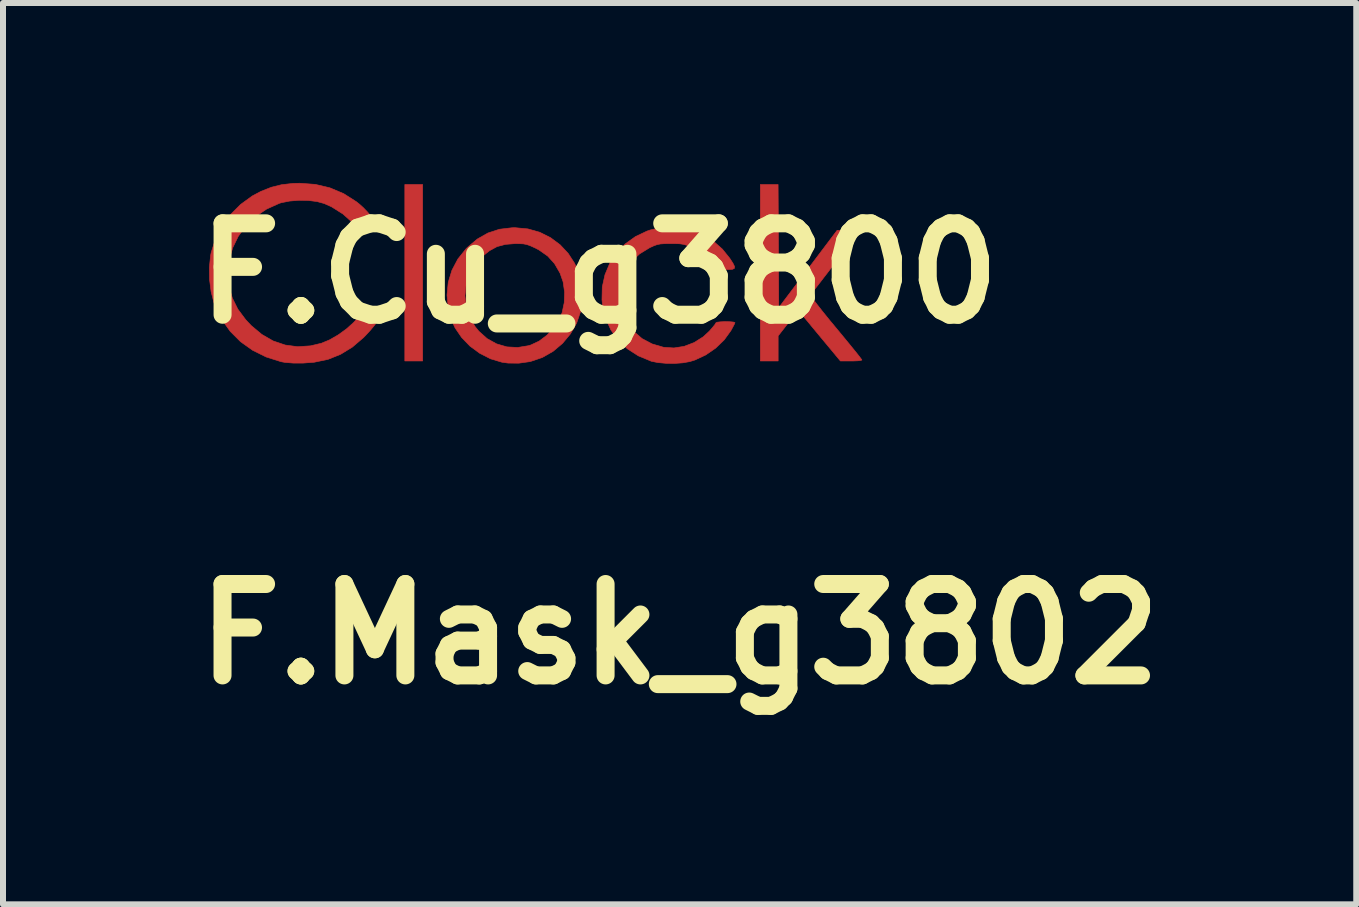
<source format=kicad_pcb>
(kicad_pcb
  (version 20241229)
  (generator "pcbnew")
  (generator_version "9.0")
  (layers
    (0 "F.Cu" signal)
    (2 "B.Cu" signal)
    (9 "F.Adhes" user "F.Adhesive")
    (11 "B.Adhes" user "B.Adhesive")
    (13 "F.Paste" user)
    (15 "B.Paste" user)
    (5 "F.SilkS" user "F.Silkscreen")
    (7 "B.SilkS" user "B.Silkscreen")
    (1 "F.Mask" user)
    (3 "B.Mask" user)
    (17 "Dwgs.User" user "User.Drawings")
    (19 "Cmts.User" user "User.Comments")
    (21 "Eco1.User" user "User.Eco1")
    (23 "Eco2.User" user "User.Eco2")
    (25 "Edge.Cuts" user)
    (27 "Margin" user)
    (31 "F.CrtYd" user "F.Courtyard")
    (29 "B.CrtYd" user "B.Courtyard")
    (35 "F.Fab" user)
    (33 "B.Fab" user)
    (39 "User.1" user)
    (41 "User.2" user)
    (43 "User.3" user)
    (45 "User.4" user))
  (footprint "F.Cu_g3800"
    (layer "F.Cu")
    (at 6.938 1.508)
    (property "Reference" "F.Cu_g3800" (at 0 0 0) (layer "F.SilkS") (effects (font (size 1.524 1.524) (thickness 0.3))))
    (attr through_hole)
    (fp_poly (pts (xy -2.942 1.46) (xy -3.239 1.46) (xy -3.239 -1.482) (xy -2.942 -1.482) (xy -2.942 1.46)) (stroke (width 0.01) (type solid)) (fill yes) (layer "F.Cu"))
    (fp_poly (pts (xy 2.99 -0.455) (xy 2.995 0.571) (xy 3.482 -0.074) (xy 3.969 -0.719) (xy 4.154 -0.719) (xy 4.237 -0.718) (xy 4.3 -0.715) (xy 4.335 -0.709) (xy 4.339 -0.707) (xy 4.327 -0.688) (xy 4.291 -0.639) (xy 4.236 -0.566) (xy 4.164 -0.471) (xy 4.079 -0.36) (xy 3.983 -0.237) (xy 3.941 -0.183) (xy 3.842 -0.055) (xy 3.75 0.064) (xy 3.67 0.168) (xy 3.604 0.253) (xy 3.557 0.315) (xy 3.531 0.35) (xy 3.527 0.355) (xy 3.536 0.38) (xy 3.572 0.436) (xy 3.637 0.522) (xy 3.729 0.639) (xy 3.848 0.786) (xy 3.946 0.904) (xy 4.052 1.032) (xy 4.148 1.149) (xy 4.232 1.252) (xy 4.301 1.337) (xy 4.35 1.4) (xy 4.377 1.436) (xy 4.381 1.444) (xy 4.362 1.451) (xy 4.31 1.457) (xy 4.235 1.46) (xy 4.202 1.46) (xy 4.023 1.46) (xy 3.817 1.212) (xy 3.729 1.106) (xy 3.636 0.994) (xy 3.548 0.888) (xy 3.476 0.8) (xy 3.466 0.788) (xy 3.32 0.613) (xy 2.985 1.042) (xy 2.985 1.46) (xy 2.688 1.46) (xy 2.688 -1.482) (xy 2.984 -1.482) (xy 2.99 -0.455)) (stroke (width 0.01) (type solid)) (fill yes) (layer "F.Cu"))
    (fp_poly (pts (xy -1.188 -0.742) (xy -0.99 -0.686) (xy -0.81 -0.596) (xy -0.651 -0.478) (xy -0.516 -0.334) (xy -0.409 -0.169) (xy -0.331 0.014) (xy -0.286 0.211) (xy -0.277 0.418) (xy -0.307 0.63) (xy -0.374 0.827) (xy -0.477 1.007) (xy -0.61 1.167) (xy -0.768 1.3) (xy -0.947 1.402) (xy -1.142 1.468) (xy -1.162 1.472) (xy -1.34 1.497) (xy -1.517 1.495) (xy -1.619 1.481) (xy -1.81 1.424) (xy -1.99 1.332) (xy -2.153 1.212) (xy -2.292 1.068) (xy -2.401 0.908) (xy -2.454 0.793) (xy -2.515 0.574) (xy -2.534 0.373) (xy -2.236 0.373) (xy -2.217 0.551) (xy -2.161 0.724) (xy -2.068 0.886) (xy -2.005 0.964) (xy -1.866 1.088) (xy -1.709 1.175) (xy -1.538 1.225) (xy -1.358 1.235) (xy -1.175 1.205) (xy -1.137 1.193) (xy -1 1.129) (xy -0.869 1.03) (xy -0.751 0.904) (xy -0.683 0.804) (xy -0.617 0.656) (xy -0.581 0.488) (xy -0.575 0.313) (xy -0.6 0.141) (xy -0.651 -0.004) (xy -0.743 -0.163) (xy -0.856 -0.288) (xy -0.998 -0.388) (xy -1.053 -0.418) (xy -1.138 -0.457) (xy -1.203 -0.481) (xy -1.266 -0.493) (xy -1.346 -0.496) (xy -1.396 -0.497) (xy -1.561 -0.484) (xy -1.701 -0.447) (xy -1.828 -0.378) (xy -1.948 -0.282) (xy -2.074 -0.138) (xy -2.164 0.023) (xy -2.218 0.195) (xy -2.236 0.373) (xy -2.534 0.373) (xy -2.535 0.358) (xy -2.515 0.149) (xy -2.454 -0.051) (xy -2.355 -0.239) (xy -2.217 -0.412) (xy -2.197 -0.432) (xy -2.03 -0.573) (xy -1.854 -0.673) (xy -1.662 -0.736) (xy -1.451 -0.761) (xy -1.401 -0.762) (xy -1.188 -0.742)) (stroke (width 0.01) (type solid)) (fill yes) (layer "F.Cu"))
    (fp_poly (pts (xy 1.401 -0.762) (xy 1.502 -0.742) (xy 1.704 -0.664) (xy 1.891 -0.55) (xy 2.055 -0.405) (xy 2.179 -0.251) (xy 2.232 -0.169) (xy 2.258 -0.115) (xy 2.255 -0.083) (xy 2.222 -0.068) (xy 2.154 -0.064) (xy 2.11 -0.064) (xy 1.955 -0.064) (xy 1.887 -0.157) (xy 1.774 -0.284) (xy 1.628 -0.389) (xy 1.531 -0.44) (xy 1.467 -0.467) (xy 1.409 -0.484) (xy 1.344 -0.494) (xy 1.258 -0.497) (xy 1.196 -0.497) (xy 1.095 -0.496) (xy 1.022 -0.491) (xy 0.964 -0.479) (xy 0.907 -0.458) (xy 0.842 -0.428) (xy 0.673 -0.324) (xy 0.537 -0.195) (xy 0.436 -0.043) (xy 0.37 0.13) (xy 0.343 0.317) (xy 0.341 0.425) (xy 0.348 0.511) (xy 0.367 0.592) (xy 0.38 0.633) (xy 0.462 0.813) (xy 0.574 0.965) (xy 0.716 1.087) (xy 0.884 1.176) (xy 1.076 1.232) (xy 1.078 1.232) (xy 1.248 1.243) (xy 1.419 1.216) (xy 1.584 1.153) (xy 1.735 1.058) (xy 1.838 0.963) (xy 1.89 0.903) (xy 1.929 0.855) (xy 1.947 0.826) (xy 1.947 0.824) (xy 1.967 0.814) (xy 2.018 0.808) (xy 2.091 0.804) (xy 2.106 0.804) (xy 2.182 0.806) (xy 2.238 0.811) (xy 2.264 0.819) (xy 2.265 0.82) (xy 2.255 0.846) (xy 2.229 0.896) (xy 2.198 0.953) (xy 2.086 1.108) (xy 1.943 1.246) (xy 1.777 1.36) (xy 1.597 1.444) (xy 1.513 1.47) (xy 1.396 1.491) (xy 1.258 1.501) (xy 1.115 1.499) (xy 0.981 1.487) (xy 0.872 1.465) (xy 0.867 1.463) (xy 0.655 1.375) (xy 0.471 1.257) (xy 0.318 1.112) (xy 0.196 0.942) (xy 0.109 0.749) (xy 0.058 0.536) (xy 0.048 0.44) (xy 0.053 0.226) (xy 0.098 0.022) (xy 0.178 -0.169) (xy 0.291 -0.341) (xy 0.435 -0.491) (xy 0.606 -0.614) (xy 0.8 -0.706) (xy 0.856 -0.725) (xy 0.977 -0.752) (xy 1.119 -0.767) (xy 1.265 -0.771) (xy 1.401 -0.762)) (stroke (width 0.01) (type solid)) (fill yes) (layer "F.Cu"))
    (fp_poly (pts (xy -4.731 -1.484) (xy -4.487 -1.426) (xy -4.259 -1.33) (xy -4.047 -1.195) (xy -3.992 -1.151) (xy -3.929 -1.094) (xy -3.861 -1.023) (xy -3.795 -0.945) (xy -3.735 -0.869) (xy -3.688 -0.8) (xy -3.658 -0.748) (xy -3.653 -0.718) (xy -3.653 -0.717) (xy -3.678 -0.708) (xy -3.734 -0.701) (xy -3.809 -0.699) (xy -3.816 -0.699) (xy -3.967 -0.699) (xy -4.095 -0.833) (xy -4.27 -0.99) (xy -4.46 -1.11) (xy -4.583 -1.165) (xy -4.703 -1.198) (xy -4.848 -1.216) (xy -5.005 -1.219) (xy -5.159 -1.206) (xy -5.296 -1.179) (xy -5.334 -1.167) (xy -5.544 -1.072) (xy -5.73 -0.946) (xy -5.888 -0.794) (xy -6.016 -0.618) (xy -6.11 -0.424) (xy -6.168 -0.215) (xy -6.187 0) (xy -6.17 0.213) (xy -6.115 0.41) (xy -6.023 0.596) (xy -5.891 0.773) (xy -5.802 0.868) (xy -5.624 1.017) (xy -5.435 1.126) (xy -5.235 1.194) (xy -5.027 1.222) (xy -4.812 1.208) (xy -4.631 1.165) (xy -4.495 1.109) (xy -4.351 1.026) (xy -4.211 0.925) (xy -4.089 0.815) (xy -4.071 0.795) (xy -3.963 0.677) (xy -3.802 0.677) (xy -3.725 0.679) (xy -3.668 0.685) (xy -3.642 0.693) (xy -3.641 0.695) (xy -3.655 0.733) (xy -3.692 0.794) (xy -3.748 0.869) (xy -3.816 0.951) (xy -3.891 1.032) (xy -3.927 1.069) (xy -4.114 1.229) (xy -4.31 1.349) (xy -4.519 1.433) (xy -4.749 1.481) (xy -4.932 1.495) (xy -5.1 1.495) (xy -5.237 1.484) (xy -5.302 1.472) (xy -5.55 1.394) (xy -5.776 1.282) (xy -5.977 1.139) (xy -6.15 0.966) (xy -6.292 0.766) (xy -6.401 0.542) (xy -6.421 0.489) (xy -6.468 0.307) (xy -6.494 0.105) (xy -6.497 -0.102) (xy -6.477 -0.298) (xy -6.467 -0.348) (xy -6.396 -0.573) (xy -6.288 -0.786) (xy -6.146 -0.98) (xy -5.976 -1.15) (xy -5.782 -1.291) (xy -5.641 -1.366) (xy -5.465 -1.436) (xy -5.292 -1.479) (xy -5.106 -1.5) (xy -4.992 -1.503) (xy -4.731 -1.484)) (stroke (width 0.01) (type solid)) (fill yes) (layer "F.Cu")))
  (footprint "F.Mask_g3802"
    (layer "F.Cu")
    (at 8.28 7.521)
    (property "Reference" "F.Mask_g3802" (at 0 0 0) (layer "F.SilkS") (effects (font (size 1.524 1.524) (thickness 0.3))))
    (attr through_hole)
    (fp_poly (pts (xy -2.942 1.46) (xy -3.239 1.46) (xy -3.239 -1.482) (xy -2.942 -1.482) (xy -2.942 1.46)) (stroke (width 0.01) (type solid)) (fill yes) (layer "F.Mask"))
    (fp_poly (pts (xy 2.99 -0.455) (xy 2.995 0.571) (xy 3.482 -0.074) (xy 3.969 -0.719) (xy 4.154 -0.719) (xy 4.237 -0.718) (xy 4.3 -0.715) (xy 4.335 -0.709) (xy 4.339 -0.707) (xy 4.327 -0.688) (xy 4.291 -0.639) (xy 4.236 -0.566) (xy 4.164 -0.471) (xy 4.079 -0.36) (xy 3.983 -0.237) (xy 3.941 -0.183) (xy 3.842 -0.055) (xy 3.75 0.064) (xy 3.67 0.168) (xy 3.604 0.253) (xy 3.557 0.315) (xy 3.531 0.35) (xy 3.527 0.355) (xy 3.536 0.38) (xy 3.572 0.436) (xy 3.637 0.522) (xy 3.729 0.639) (xy 3.848 0.786) (xy 3.946 0.904) (xy 4.052 1.032) (xy 4.148 1.149) (xy 4.232 1.252) (xy 4.301 1.337) (xy 4.35 1.4) (xy 4.377 1.436) (xy 4.381 1.444) (xy 4.362 1.451) (xy 4.31 1.457) (xy 4.235 1.46) (xy 4.202 1.46) (xy 4.023 1.46) (xy 3.817 1.212) (xy 3.729 1.106) (xy 3.636 0.994) (xy 3.548 0.888) (xy 3.476 0.8) (xy 3.466 0.788) (xy 3.32 0.613) (xy 2.985 1.042) (xy 2.985 1.46) (xy 2.688 1.46) (xy 2.688 -1.482) (xy 2.984 -1.482) (xy 2.99 -0.455)) (stroke (width 0.01) (type solid)) (fill yes) (layer "F.Mask"))
    (fp_poly (pts (xy -1.188 -0.742) (xy -0.99 -0.686) (xy -0.81 -0.596) (xy -0.651 -0.478) (xy -0.516 -0.334) (xy -0.409 -0.169) (xy -0.331 0.014) (xy -0.286 0.211) (xy -0.277 0.418) (xy -0.307 0.63) (xy -0.374 0.827) (xy -0.477 1.007) (xy -0.61 1.167) (xy -0.768 1.3) (xy -0.947 1.402) (xy -1.142 1.468) (xy -1.162 1.472) (xy -1.34 1.497) (xy -1.517 1.495) (xy -1.619 1.481) (xy -1.81 1.424) (xy -1.99 1.332) (xy -2.153 1.212) (xy -2.292 1.068) (xy -2.401 0.908) (xy -2.454 0.793) (xy -2.515 0.574) (xy -2.534 0.373) (xy -2.236 0.373) (xy -2.217 0.551) (xy -2.161 0.724) (xy -2.068 0.886) (xy -2.005 0.964) (xy -1.866 1.088) (xy -1.709 1.175) (xy -1.538 1.225) (xy -1.358 1.235) (xy -1.175 1.205) (xy -1.137 1.193) (xy -1 1.129) (xy -0.869 1.03) (xy -0.751 0.904) (xy -0.683 0.804) (xy -0.617 0.656) (xy -0.581 0.488) (xy -0.575 0.313) (xy -0.6 0.141) (xy -0.651 -0.004) (xy -0.743 -0.163) (xy -0.856 -0.288) (xy -0.998 -0.388) (xy -1.053 -0.418) (xy -1.138 -0.457) (xy -1.203 -0.481) (xy -1.266 -0.493) (xy -1.346 -0.496) (xy -1.396 -0.497) (xy -1.561 -0.484) (xy -1.701 -0.447) (xy -1.828 -0.378) (xy -1.948 -0.282) (xy -2.074 -0.138) (xy -2.164 0.023) (xy -2.218 0.195) (xy -2.236 0.373) (xy -2.534 0.373) (xy -2.535 0.358) (xy -2.515 0.149) (xy -2.454 -0.051) (xy -2.355 -0.239) (xy -2.217 -0.412) (xy -2.197 -0.432) (xy -2.03 -0.573) (xy -1.854 -0.673) (xy -1.662 -0.736) (xy -1.451 -0.761) (xy -1.401 -0.762) (xy -1.188 -0.742)) (stroke (width 0.01) (type solid)) (fill yes) (layer "F.Mask"))
    (fp_poly (pts (xy 1.401 -0.762) (xy 1.502 -0.742) (xy 1.704 -0.664) (xy 1.891 -0.55) (xy 2.055 -0.405) (xy 2.179 -0.251) (xy 2.232 -0.169) (xy 2.258 -0.115) (xy 2.255 -0.083) (xy 2.222 -0.068) (xy 2.154 -0.064) (xy 2.11 -0.064) (xy 1.955 -0.064) (xy 1.887 -0.157) (xy 1.774 -0.284) (xy 1.628 -0.389) (xy 1.531 -0.44) (xy 1.467 -0.467) (xy 1.409 -0.484) (xy 1.344 -0.494) (xy 1.258 -0.497) (xy 1.196 -0.497) (xy 1.095 -0.496) (xy 1.022 -0.491) (xy 0.964 -0.479) (xy 0.907 -0.458) (xy 0.842 -0.428) (xy 0.673 -0.324) (xy 0.537 -0.195) (xy 0.436 -0.043) (xy 0.37 0.13) (xy 0.343 0.317) (xy 0.341 0.425) (xy 0.348 0.511) (xy 0.367 0.592) (xy 0.38 0.633) (xy 0.462 0.813) (xy 0.574 0.965) (xy 0.716 1.087) (xy 0.884 1.176) (xy 1.076 1.232) (xy 1.078 1.232) (xy 1.248 1.243) (xy 1.419 1.216) (xy 1.584 1.153) (xy 1.735 1.058) (xy 1.838 0.963) (xy 1.89 0.903) (xy 1.929 0.855) (xy 1.947 0.826) (xy 1.947 0.824) (xy 1.967 0.814) (xy 2.018 0.808) (xy 2.091 0.804) (xy 2.106 0.804) (xy 2.182 0.806) (xy 2.238 0.811) (xy 2.264 0.819) (xy 2.265 0.82) (xy 2.255 0.846) (xy 2.229 0.896) (xy 2.198 0.953) (xy 2.086 1.108) (xy 1.943 1.246) (xy 1.777 1.36) (xy 1.597 1.444) (xy 1.513 1.47) (xy 1.396 1.491) (xy 1.258 1.501) (xy 1.115 1.499) (xy 0.981 1.487) (xy 0.872 1.465) (xy 0.867 1.463) (xy 0.655 1.375) (xy 0.471 1.257) (xy 0.318 1.112) (xy 0.196 0.942) (xy 0.109 0.749) (xy 0.058 0.536) (xy 0.048 0.44) (xy 0.053 0.226) (xy 0.098 0.022) (xy 0.178 -0.169) (xy 0.291 -0.341) (xy 0.435 -0.491) (xy 0.606 -0.614) (xy 0.8 -0.706) (xy 0.856 -0.725) (xy 0.977 -0.752) (xy 1.119 -0.767) (xy 1.265 -0.771) (xy 1.401 -0.762)) (stroke (width 0.01) (type solid)) (fill yes) (layer "F.Mask"))
    (fp_poly (pts (xy -4.731 -1.484) (xy -4.487 -1.426) (xy -4.259 -1.33) (xy -4.047 -1.195) (xy -3.992 -1.151) (xy -3.929 -1.094) (xy -3.861 -1.023) (xy -3.795 -0.945) (xy -3.735 -0.869) (xy -3.688 -0.8) (xy -3.658 -0.748) (xy -3.653 -0.718) (xy -3.653 -0.717) (xy -3.678 -0.708) (xy -3.734 -0.701) (xy -3.809 -0.699) (xy -3.816 -0.699) (xy -3.967 -0.699) (xy -4.095 -0.833) (xy -4.27 -0.99) (xy -4.46 -1.11) (xy -4.583 -1.165) (xy -4.703 -1.198) (xy -4.848 -1.216) (xy -5.005 -1.219) (xy -5.159 -1.206) (xy -5.296 -1.179) (xy -5.334 -1.167) (xy -5.544 -1.072) (xy -5.73 -0.946) (xy -5.888 -0.794) (xy -6.016 -0.618) (xy -6.11 -0.424) (xy -6.168 -0.215) (xy -6.187 0) (xy -6.17 0.213) (xy -6.115 0.41) (xy -6.023 0.596) (xy -5.891 0.773) (xy -5.802 0.868) (xy -5.624 1.017) (xy -5.435 1.126) (xy -5.235 1.194) (xy -5.027 1.222) (xy -4.812 1.208) (xy -4.631 1.165) (xy -4.495 1.109) (xy -4.351 1.026) (xy -4.211 0.925) (xy -4.089 0.815) (xy -4.071 0.795) (xy -3.963 0.677) (xy -3.802 0.677) (xy -3.725 0.679) (xy -3.668 0.685) (xy -3.642 0.693) (xy -3.641 0.695) (xy -3.655 0.733) (xy -3.692 0.794) (xy -3.748 0.869) (xy -3.816 0.951) (xy -3.891 1.032) (xy -3.927 1.069) (xy -4.114 1.229) (xy -4.31 1.349) (xy -4.519 1.433) (xy -4.749 1.481) (xy -4.932 1.495) (xy -5.1 1.495) (xy -5.237 1.484) (xy -5.302 1.472) (xy -5.55 1.394) (xy -5.776 1.282) (xy -5.977 1.139) (xy -6.15 0.966) (xy -6.292 0.766) (xy -6.401 0.542) (xy -6.421 0.489) (xy -6.468 0.307) (xy -6.494 0.105) (xy -6.497 -0.102) (xy -6.477 -0.298) (xy -6.467 -0.348) (xy -6.396 -0.573) (xy -6.288 -0.786) (xy -6.146 -0.98) (xy -5.976 -1.15) (xy -5.782 -1.291) (xy -5.641 -1.366) (xy -5.465 -1.436) (xy -5.292 -1.479) (xy -5.106 -1.5) (xy -4.992 -1.503) (xy -4.731 -1.484)) (stroke (width 0.01) (type solid)) (fill yes) (layer "F.Mask")))
  (gr_rect
    (start -3 -3)
    (end 19.561 12.027)
    (stroke (width 0.1) (type default))
    (fill no)
    (layer "Edge.Cuts")))
</source>
